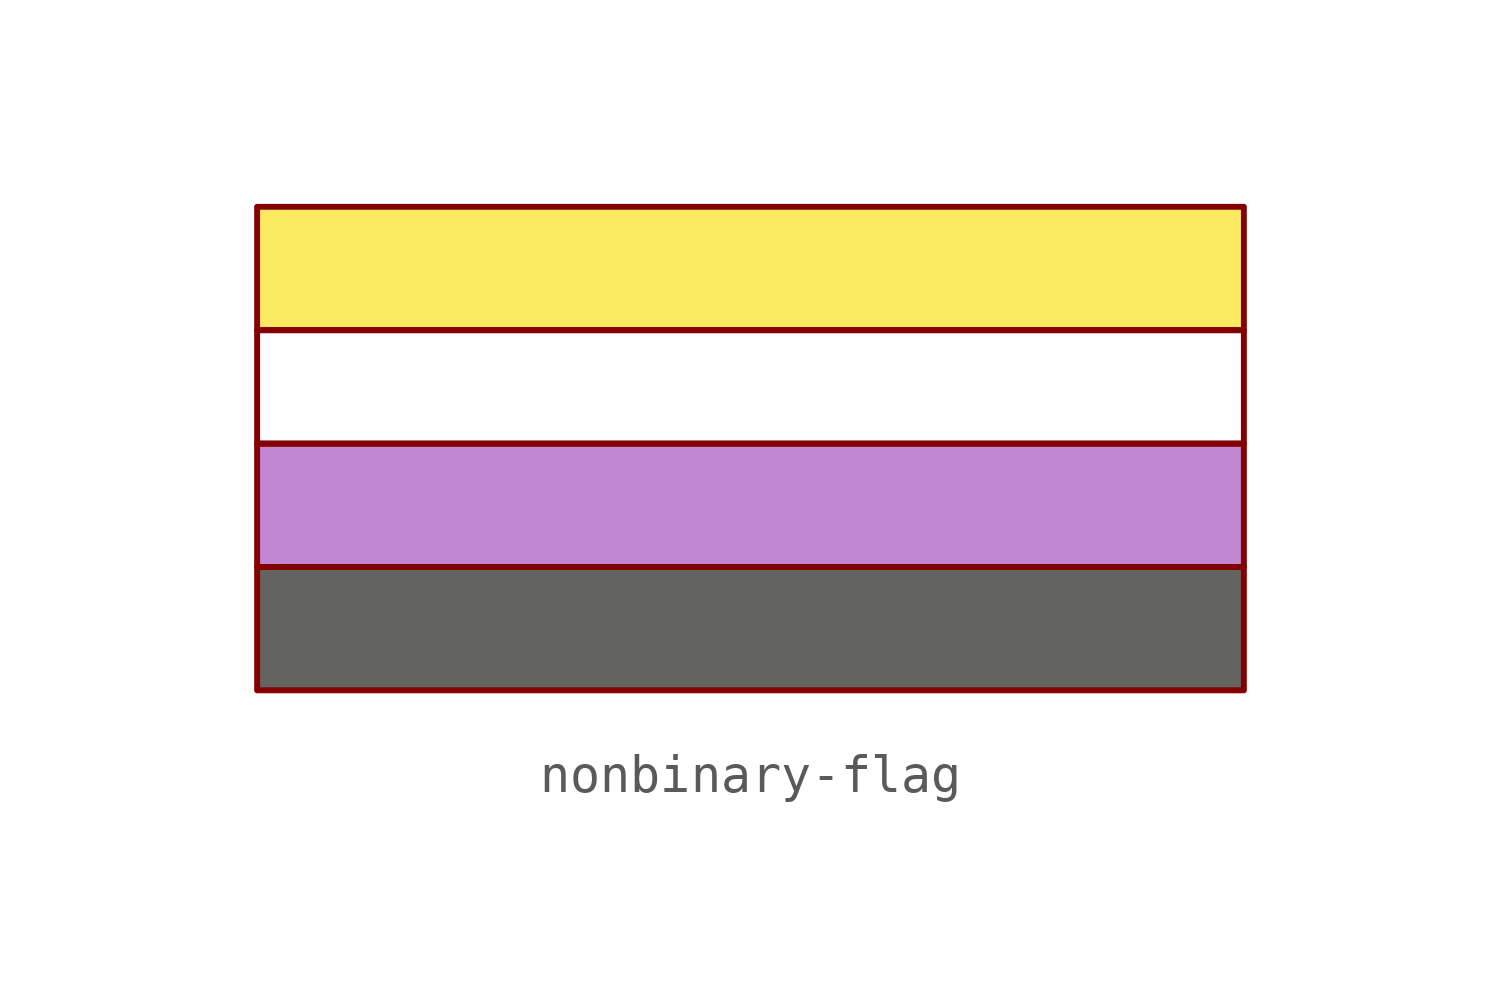
<source format=kicad_sym>
(kicad_symbol_lib
  (version 20220126)
  (generator kicad_symbol_editor)
  (symbol "nonbinary-flag"
    (pin_numbers hide)
    (pin_names
      (offset 0) hide)
    (property "Reference" "#LOGO"
      (at 0 2.54 0)
      (effects (font (size 1.27 1.27)) hide))
    (symbol "nonbinary-flag_0_1"
      (rectangle (start -12.7 -1.905) (end 12.7 -5.08) (stroke (width 0.152) (type default)) (fill (type color) (color 99 99 97 1)))
      (rectangle (start -12.7 1.27) (end 12.7 -1.905) (stroke (width 0) (type default)) (fill (type color) (color 193 135 211 1)))
      (rectangle (start -12.7 4.191) (end 12.7 1.27) (stroke (width 0) (type default)) (fill (type color) (color 255 255 255 1)))
      (rectangle (start -12.7 7.366) (end 12.7 4.191) (stroke (width 0.152) (type default)) (fill (type color) (color 252 234 96 1))))))
</source>
